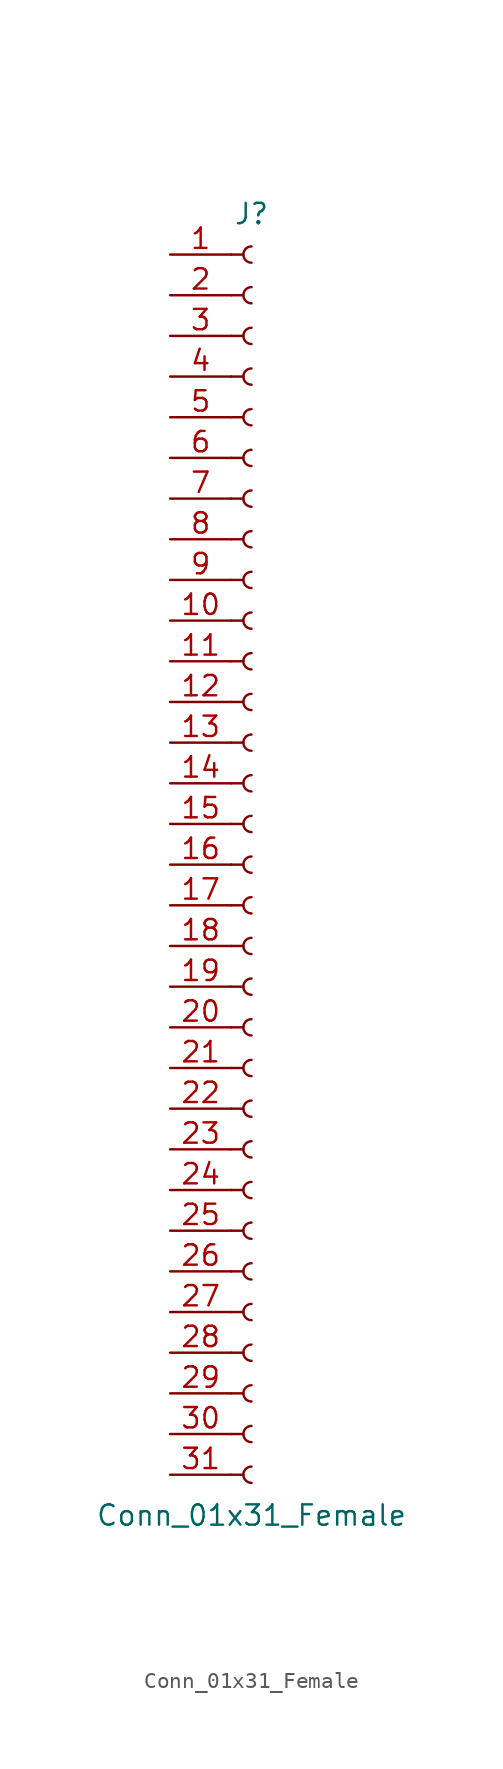
<source format=kicad_sym>
(kicad_symbol_lib
  (version 20201005)
  (generator kicad_symbol_editor)
  (symbol "Conn_01x31_Female"
    (pin_names
      (offset 1.016) hide)
    (property "Reference" "J"
      (at 0 40.64 0)
      (effects (font (size 1.27 1.27))))
    (property "Value" "Conn_01x31_Female"
      (at 0 -40.64 0)
      (effects (font (size 1.27 1.27))))
    (symbol "Conn_01x31_Female_1_1"
      (arc (start 0 -37.592) (end 0 -38.608) (radius (at 0 -38.1) (length 0.508) (angles 90.1 -90.1)) (stroke (width 0.1524)) (fill (type none)))
      (arc (start 0 -35.052) (end 0 -36.068) (radius (at 0 -35.56) (length 0.508) (angles 90.1 -90.1)) (stroke (width 0.1524)) (fill (type none)))
      (arc (start 0 -32.512) (end 0 -33.528) (radius (at 0 -33.02) (length 0.508) (angles 90.1 -90.1)) (stroke (width 0.1524)) (fill (type none)))
      (arc (start 0 -29.972) (end 0 -30.988) (radius (at 0 -30.48) (length 0.508) (angles 90.1 -90.1)) (stroke (width 0.1524)) (fill (type none)))
      (arc (start 0 -27.432) (end 0 -28.448) (radius (at 0 -27.94) (length 0.508) (angles 90.1 -90.1)) (stroke (width 0.1524)) (fill (type none)))
      (arc (start 0 -24.892) (end 0 -25.908) (radius (at 0 -25.4) (length 0.508) (angles 90.1 -90.1)) (stroke (width 0.1524)) (fill (type none)))
      (arc (start 0 -22.352) (end 0 -23.368) (radius (at 0 -22.86) (length 0.508) (angles 90.1 -90.1)) (stroke (width 0.1524)) (fill (type none)))
      (arc (start 0 -19.812) (end 0 -20.828) (radius (at 0 -20.32) (length 0.508) (angles 90.1 -90.1)) (stroke (width 0.1524)) (fill (type none)))
      (arc (start 0 -17.272) (end 0 -18.288) (radius (at 0 -17.78) (length 0.508) (angles 90.1 -90.1)) (stroke (width 0.1524)) (fill (type none)))
      (arc (start 0 -14.732) (end 0 -15.748) (radius (at 0 -15.24) (length 0.508) (angles 90.1 -90.1)) (stroke (width 0.1524)) (fill (type none)))
      (arc (start 0 -12.192) (end 0 -13.208) (radius (at 0 -12.7) (length 0.508) (angles 90.1 -90.1)) (stroke (width 0.1524)) (fill (type none)))
      (arc (start 0 -9.652) (end 0 -10.668) (radius (at 0 -10.16) (length 0.508) (angles 90.1 -90.1)) (stroke (width 0.1524)) (fill (type none)))
      (arc (start 0 -7.112) (end 0 -8.128) (radius (at 0 -7.62) (length 0.508) (angles 90.1 -90.1)) (stroke (width 0.1524)) (fill (type none)))
      (arc (start 0 -4.572) (end 0 -5.588) (radius (at 0 -5.08) (length 0.508) (angles 90.1 -90.1)) (stroke (width 0.1524)) (fill (type none)))
      (arc (start 0 -2.032) (end 0 -3.048) (radius (at 0 -2.54) (length 0.508) (angles 90.1 -90.1)) (stroke (width 0.1524)) (fill (type none)))
      (arc (start 0 0.508) (end 0 -0.508) (radius (at 0 0) (length 0.508) (angles 90.1 -90.1)) (stroke (width 0.1524)) (fill (type none)))
      (arc (start 0 3.048) (end 0 2.032) (radius (at 0 2.54) (length 0.508) (angles 90.1 -90.1)) (stroke (width 0.1524)) (fill (type none)))
      (arc (start 0 5.588) (end 0 4.572) (radius (at 0 5.08) (length 0.508) (angles 90.1 -90.1)) (stroke (width 0.1524)) (fill (type none)))
      (arc (start 0 8.128) (end 0 7.112) (radius (at 0 7.62) (length 0.508) (angles 90.1 -90.1)) (stroke (width 0.1524)) (fill (type none)))
      (arc (start 0 10.668) (end 0 9.652) (radius (at 0 10.16) (length 0.508) (angles 90.1 -90.1)) (stroke (width 0.1524)) (fill (type none)))
      (arc (start 0 13.208) (end 0 12.192) (radius (at 0 12.7) (length 0.508) (angles 90.1 -90.1)) (stroke (width 0.1524)) (fill (type none)))
      (arc (start 0 15.748) (end 0 14.732) (radius (at 0 15.24) (length 0.508) (angles 90.1 -90.1)) (stroke (width 0.1524)) (fill (type none)))
      (arc (start 0 18.288) (end 0 17.272) (radius (at 0 17.78) (length 0.508) (angles 90.1 -90.1)) (stroke (width 0.1524)) (fill (type none)))
      (arc (start 0 20.828) (end 0 19.812) (radius (at 0 20.32) (length 0.508) (angles 90.1 -90.1)) (stroke (width 0.1524)) (fill (type none)))
      (arc (start 0 23.368) (end 0 22.352) (radius (at 0 22.86) (length 0.508) (angles 90.1 -90.1)) (stroke (width 0.1524)) (fill (type none)))
      (arc (start 0 25.908) (end 0 24.892) (radius (at 0 25.4) (length 0.508) (angles 90.1 -90.1)) (stroke (width 0.1524)) (fill (type none)))
      (arc (start 0 28.448) (end 0 27.432) (radius (at 0 27.94) (length 0.508) (angles 90.1 -90.1)) (stroke (width 0.1524)) (fill (type none)))
      (arc (start 0 30.988) (end 0 29.972) (radius (at 0 30.48) (length 0.508) (angles 90.1 -90.1)) (stroke (width 0.1524)) (fill (type none)))
      (arc (start 0 33.528) (end 0 32.512) (radius (at 0 33.02) (length 0.508) (angles 90.1 -90.1)) (stroke (width 0.1524)) (fill (type none)))
      (arc (start 0 36.068) (end 0 35.052) (radius (at 0 35.56) (length 0.508) (angles 90.1 -90.1)) (stroke (width 0.1524)) (fill (type none)))
      (arc (start 0 38.608) (end 0 37.592) (radius (at 0 38.1) (length 0.508) (angles 90.1 -90.1)) (stroke (width 0.1524)) (fill (type none)))
      (polyline (pts (xy -1.27 -38.1) (xy -0.508 -38.1)) (stroke (width 0.152)) (fill (type none)))
      (polyline (pts (xy -1.27 -35.56) (xy -0.508 -35.56)) (stroke (width 0.152)) (fill (type none)))
      (polyline (pts (xy -1.27 -33.02) (xy -0.508 -33.02)) (stroke (width 0.152)) (fill (type none)))
      (polyline (pts (xy -1.27 -30.48) (xy -0.508 -30.48)) (stroke (width 0.152)) (fill (type none)))
      (polyline (pts (xy -1.27 -27.94) (xy -0.508 -27.94)) (stroke (width 0.152)) (fill (type none)))
      (polyline (pts (xy -1.27 -25.4) (xy -0.508 -25.4)) (stroke (width 0.152)) (fill (type none)))
      (polyline (pts (xy -1.27 -22.86) (xy -0.508 -22.86)) (stroke (width 0.152)) (fill (type none)))
      (polyline (pts (xy -1.27 -20.32) (xy -0.508 -20.32)) (stroke (width 0.152)) (fill (type none)))
      (polyline (pts (xy -1.27 -17.78) (xy -0.508 -17.78)) (stroke (width 0.152)) (fill (type none)))
      (polyline (pts (xy -1.27 -15.24) (xy -0.508 -15.24)) (stroke (width 0.152)) (fill (type none)))
      (polyline (pts (xy -1.27 -12.7) (xy -0.508 -12.7)) (stroke (width 0.152)) (fill (type none)))
      (polyline (pts (xy -1.27 -10.16) (xy -0.508 -10.16)) (stroke (width 0.152)) (fill (type none)))
      (polyline (pts (xy -1.27 -7.62) (xy -0.508 -7.62)) (stroke (width 0.152)) (fill (type none)))
      (polyline (pts (xy -1.27 -5.08) (xy -0.508 -5.08)) (stroke (width 0.152)) (fill (type none)))
      (polyline (pts (xy -1.27 -2.54) (xy -0.508 -2.54)) (stroke (width 0.152)) (fill (type none)))
      (polyline (pts (xy -1.27 0) (xy -0.508 0)) (stroke (width 0.152)) (fill (type none)))
      (polyline (pts (xy -1.27 2.54) (xy -0.508 2.54)) (stroke (width 0.152)) (fill (type none)))
      (polyline (pts (xy -1.27 5.08) (xy -0.508 5.08)) (stroke (width 0.152)) (fill (type none)))
      (polyline (pts (xy -1.27 7.62) (xy -0.508 7.62)) (stroke (width 0.152)) (fill (type none)))
      (polyline (pts (xy -1.27 10.16) (xy -0.508 10.16)) (stroke (width 0.152)) (fill (type none)))
      (polyline (pts (xy -1.27 12.7) (xy -0.508 12.7)) (stroke (width 0.152)) (fill (type none)))
      (polyline (pts (xy -1.27 15.24) (xy -0.508 15.24)) (stroke (width 0.152)) (fill (type none)))
      (polyline (pts (xy -1.27 17.78) (xy -0.508 17.78)) (stroke (width 0.152)) (fill (type none)))
      (polyline (pts (xy -1.27 20.32) (xy -0.508 20.32)) (stroke (width 0.152)) (fill (type none)))
      (polyline (pts (xy -1.27 22.86) (xy -0.508 22.86)) (stroke (width 0.152)) (fill (type none)))
      (polyline (pts (xy -1.27 25.4) (xy -0.508 25.4)) (stroke (width 0.152)) (fill (type none)))
      (polyline (pts (xy -1.27 27.94) (xy -0.508 27.94)) (stroke (width 0.152)) (fill (type none)))
      (polyline (pts (xy -1.27 30.48) (xy -0.508 30.48)) (stroke (width 0.152)) (fill (type none)))
      (polyline (pts (xy -1.27 33.02) (xy -0.508 33.02)) (stroke (width 0.152)) (fill (type none)))
      (polyline (pts (xy -1.27 35.56) (xy -0.508 35.56)) (stroke (width 0.152)) (fill (type none)))
      (polyline (pts (xy -1.27 38.1) (xy -0.508 38.1)) (stroke (width 0.152)) (fill (type none)))
      (pin passive line (at -5.08 38.1 0) (length 3.81) (name "Pin_1" (effects (font (size 1.27 1.27)))) (number "1" (effects (font (size 1.27 1.27)))))
      (pin passive line (at -5.08 15.24 0) (length 3.81) (name "Pin_10" (effects (font (size 1.27 1.27)))) (number "10" (effects (font (size 1.27 1.27)))))
      (pin passive line (at -5.08 12.7 0) (length 3.81) (name "Pin_11" (effects (font (size 1.27 1.27)))) (number "11" (effects (font (size 1.27 1.27)))))
      (pin passive line (at -5.08 10.16 0) (length 3.81) (name "Pin_12" (effects (font (size 1.27 1.27)))) (number "12" (effects (font (size 1.27 1.27)))))
      (pin passive line (at -5.08 7.62 0) (length 3.81) (name "Pin_13" (effects (font (size 1.27 1.27)))) (number "13" (effects (font (size 1.27 1.27)))))
      (pin passive line (at -5.08 5.08 0) (length 3.81) (name "Pin_14" (effects (font (size 1.27 1.27)))) (number "14" (effects (font (size 1.27 1.27)))))
      (pin passive line (at -5.08 2.54 0) (length 3.81) (name "Pin_15" (effects (font (size 1.27 1.27)))) (number "15" (effects (font (size 1.27 1.27)))))
      (pin passive line (at -5.08 0 0) (length 3.81) (name "Pin_16" (effects (font (size 1.27 1.27)))) (number "16" (effects (font (size 1.27 1.27)))))
      (pin passive line (at -5.08 -2.54 0) (length 3.81) (name "Pin_17" (effects (font (size 1.27 1.27)))) (number "17" (effects (font (size 1.27 1.27)))))
      (pin passive line (at -5.08 -5.08 0) (length 3.81) (name "Pin_18" (effects (font (size 1.27 1.27)))) (number "18" (effects (font (size 1.27 1.27)))))
      (pin passive line (at -5.08 -7.62 0) (length 3.81) (name "Pin_19" (effects (font (size 1.27 1.27)))) (number "19" (effects (font (size 1.27 1.27)))))
      (pin passive line (at -5.08 35.56 0) (length 3.81) (name "Pin_2" (effects (font (size 1.27 1.27)))) (number "2" (effects (font (size 1.27 1.27)))))
      (pin passive line (at -5.08 -10.16 0) (length 3.81) (name "Pin_20" (effects (font (size 1.27 1.27)))) (number "20" (effects (font (size 1.27 1.27)))))
      (pin passive line (at -5.08 -12.7 0) (length 3.81) (name "Pin_21" (effects (font (size 1.27 1.27)))) (number "21" (effects (font (size 1.27 1.27)))))
      (pin passive line (at -5.08 -15.24 0) (length 3.81) (name "Pin_22" (effects (font (size 1.27 1.27)))) (number "22" (effects (font (size 1.27 1.27)))))
      (pin passive line (at -5.08 -17.78 0) (length 3.81) (name "Pin_23" (effects (font (size 1.27 1.27)))) (number "23" (effects (font (size 1.27 1.27)))))
      (pin passive line (at -5.08 -20.32 0) (length 3.81) (name "Pin_24" (effects (font (size 1.27 1.27)))) (number "24" (effects (font (size 1.27 1.27)))))
      (pin passive line (at -5.08 -22.86 0) (length 3.81) (name "Pin_25" (effects (font (size 1.27 1.27)))) (number "25" (effects (font (size 1.27 1.27)))))
      (pin passive line (at -5.08 -25.4 0) (length 3.81) (name "Pin_26" (effects (font (size 1.27 1.27)))) (number "26" (effects (font (size 1.27 1.27)))))
      (pin passive line (at -5.08 -27.94 0) (length 3.81) (name "Pin_27" (effects (font (size 1.27 1.27)))) (number "27" (effects (font (size 1.27 1.27)))))
      (pin passive line (at -5.08 -30.48 0) (length 3.81) (name "Pin_28" (effects (font (size 1.27 1.27)))) (number "28" (effects (font (size 1.27 1.27)))))
      (pin passive line (at -5.08 -33.02 0) (length 3.81) (name "Pin_29" (effects (font (size 1.27 1.27)))) (number "29" (effects (font (size 1.27 1.27)))))
      (pin passive line (at -5.08 33.02 0) (length 3.81) (name "Pin_3" (effects (font (size 1.27 1.27)))) (number "3" (effects (font (size 1.27 1.27)))))
      (pin passive line (at -5.08 -35.56 0) (length 3.81) (name "Pin_30" (effects (font (size 1.27 1.27)))) (number "30" (effects (font (size 1.27 1.27)))))
      (pin passive line (at -5.08 -38.1 0) (length 3.81) (name "Pin_31" (effects (font (size 1.27 1.27)))) (number "31" (effects (font (size 1.27 1.27)))))
      (pin passive line (at -5.08 30.48 0) (length 3.81) (name "Pin_4" (effects (font (size 1.27 1.27)))) (number "4" (effects (font (size 1.27 1.27)))))
      (pin passive line (at -5.08 27.94 0) (length 3.81) (name "Pin_5" (effects (font (size 1.27 1.27)))) (number "5" (effects (font (size 1.27 1.27)))))
      (pin passive line (at -5.08 25.4 0) (length 3.81) (name "Pin_6" (effects (font (size 1.27 1.27)))) (number "6" (effects (font (size 1.27 1.27)))))
      (pin passive line (at -5.08 22.86 0) (length 3.81) (name "Pin_7" (effects (font (size 1.27 1.27)))) (number "7" (effects (font (size 1.27 1.27)))))
      (pin passive line (at -5.08 20.32 0) (length 3.81) (name "Pin_8" (effects (font (size 1.27 1.27)))) (number "8" (effects (font (size 1.27 1.27)))))
      (pin passive line (at -5.08 17.78 0) (length 3.81) (name "Pin_9" (effects (font (size 1.27 1.27)))) (number "9" (effects (font (size 1.27 1.27))))))))
</source>
